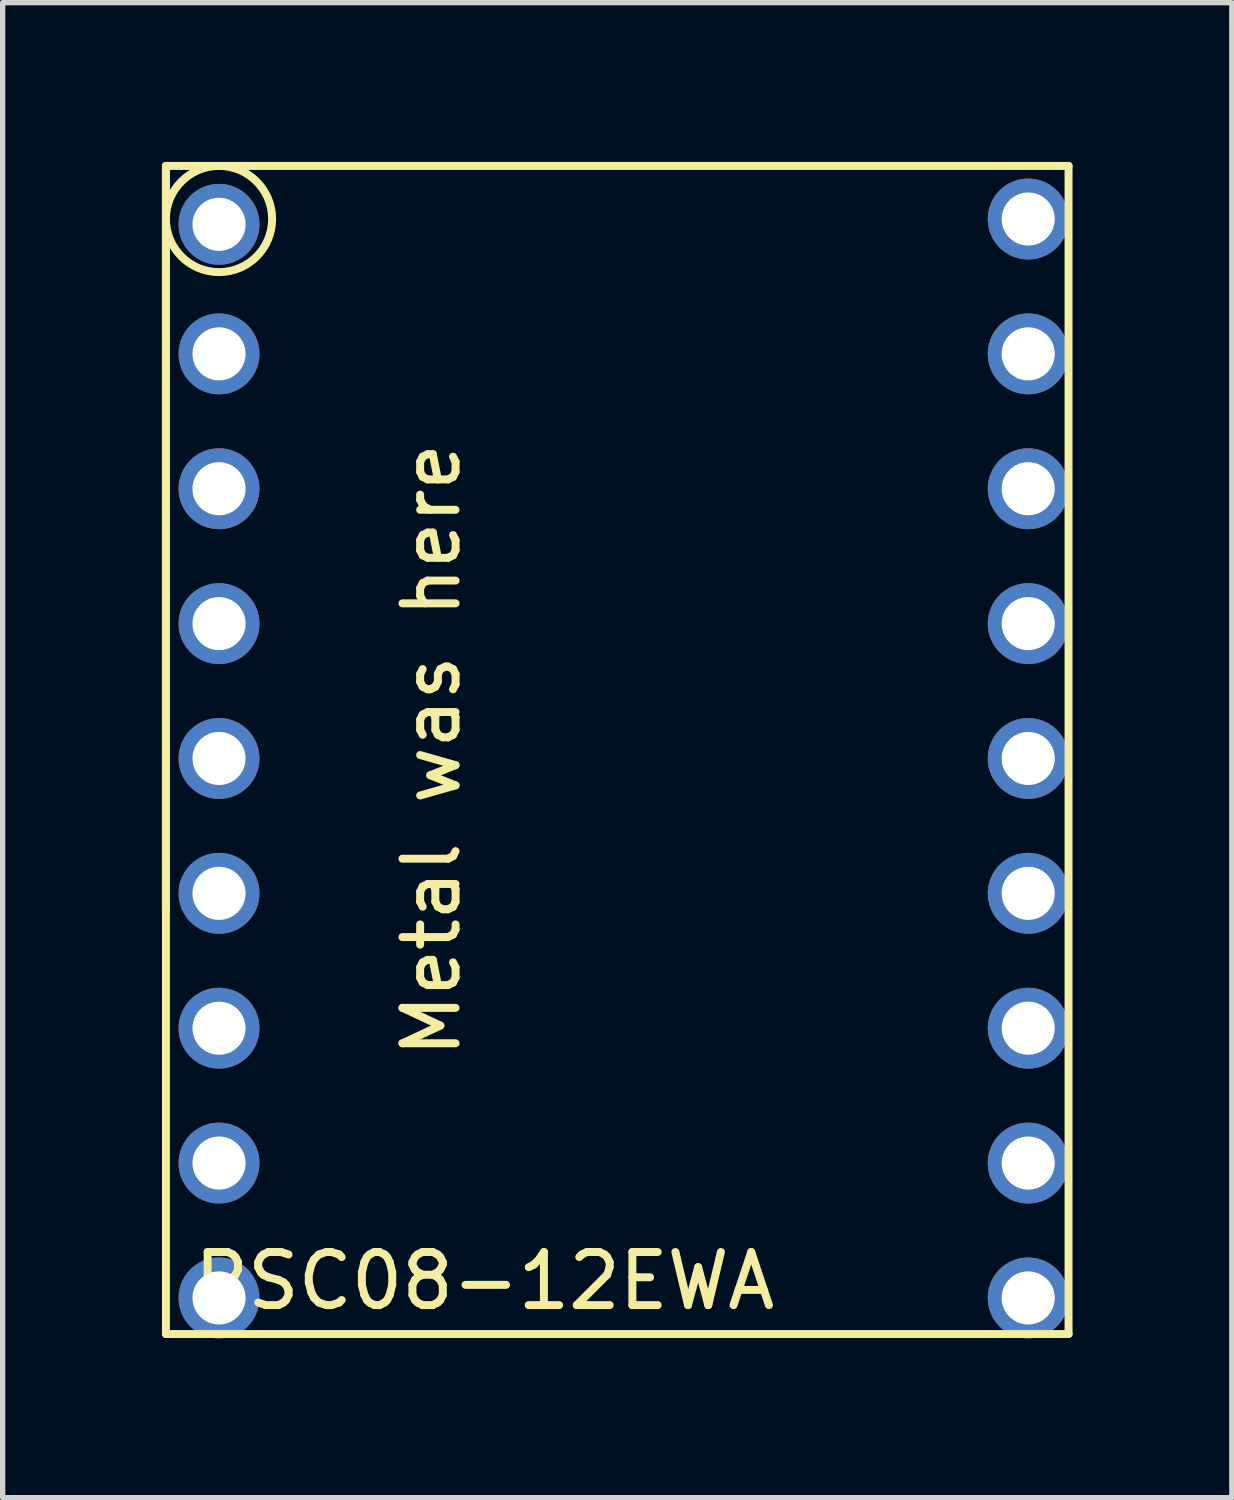
<source format=kicad_pcb>
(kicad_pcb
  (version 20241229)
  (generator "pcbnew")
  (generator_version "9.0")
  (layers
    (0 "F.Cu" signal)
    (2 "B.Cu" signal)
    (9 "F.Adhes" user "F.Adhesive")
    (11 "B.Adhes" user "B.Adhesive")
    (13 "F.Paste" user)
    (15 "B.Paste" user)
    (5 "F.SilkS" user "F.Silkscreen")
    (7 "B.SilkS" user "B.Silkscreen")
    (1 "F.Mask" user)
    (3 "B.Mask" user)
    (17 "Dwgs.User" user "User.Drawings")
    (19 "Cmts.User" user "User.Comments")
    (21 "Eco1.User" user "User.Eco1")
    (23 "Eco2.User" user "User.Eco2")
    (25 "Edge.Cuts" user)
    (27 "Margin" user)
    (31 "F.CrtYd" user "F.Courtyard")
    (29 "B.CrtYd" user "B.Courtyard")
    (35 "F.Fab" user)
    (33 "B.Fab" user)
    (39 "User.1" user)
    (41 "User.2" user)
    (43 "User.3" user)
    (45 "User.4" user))
  (footprint "PSC08-12EWA"
    (layer "F.Cu")
    (at 1.075 1.075)
    (property "Reference" "PSC08-12EWA" (at 5 20 0) (layer "F.SilkS") (effects (font (size 1 1) (thickness 0.15))))
    (attr through_hole)
    (fp_line (start -1 -1) (end -1 13) (stroke (width 0.15) (type solid)) (layer "F.SilkS"))
    (fp_line (start -1 -1) (end 16 -1) (stroke (width 0.15) (type solid)) (layer "F.SilkS"))
    (fp_line (start -1 21) (end -1 -1) (stroke (width 0.15) (type solid)) (layer "F.SilkS"))
    (fp_line (start 16 -1) (end 16 21) (stroke (width 0.15) (type solid)) (layer "F.SilkS"))
    (fp_line (start 16 21) (end -1 21) (stroke (width 0.15) (type solid)) (layer "F.SilkS"))
    (fp_circle (center 0 0) (end 0 1) (stroke (width 0.15) (type solid)) (fill no) (layer "F.SilkS"))
    (fp_text user "Metal was here" (at 4 10 270) (layer "F.SilkS") (effects (font (size 1 1) (thickness 0.15))))
    (pad "1" thru_hole circle (at 0 0.1) (size 1.524 1.524) (drill 1) (layers "*.Cu" "*.Mask"))
    (pad "2" thru_hole circle (at 0 2.54) (size 1.524 1.524) (drill 1) (layers "*.Cu" "*.Mask"))
    (pad "3" thru_hole circle (at 0 5.08) (size 1.524 1.524) (drill 1) (layers "*.Cu" "*.Mask"))
    (pad "4" thru_hole circle (at 0 7.62) (size 1.524 1.524) (drill 1) (layers "*.Cu" "*.Mask"))
    (pad "5" thru_hole circle (at 0 10.16) (size 1.524 1.524) (drill 1) (layers "*.Cu" "*.Mask"))
    (pad "6" thru_hole circle (at 0 12.7) (size 1.524 1.524) (drill 1) (layers "*.Cu" "*.Mask"))
    (pad "7" thru_hole circle (at 0 15.24) (size 1.524 1.524) (drill 1) (layers "*.Cu" "*.Mask"))
    (pad "8" thru_hole circle (at 0 17.78) (size 1.524 1.524) (drill 1) (layers "*.Cu" "*.Mask"))
    (pad "9" thru_hole circle (at 0 20.32) (size 1.524 1.524) (drill 1) (layers "*.Cu" "*.Mask"))
    (pad "10" thru_hole circle (at 15.24 20.32) (size 1.524 1.524) (drill 1) (layers "*.Cu" "*.Mask"))
    (pad "11" thru_hole circle (at 15.24 17.78) (size 1.524 1.524) (drill 1) (layers "*.Cu" "*.Mask"))
    (pad "12" thru_hole circle (at 15.24 15.24) (size 1.524 1.524) (drill 1) (layers "*.Cu" "*.Mask"))
    (pad "13" thru_hole circle (at 15.24 12.7) (size 1.524 1.524) (drill 1) (layers "*.Cu" "*.Mask"))
    (pad "14" thru_hole circle (at 15.24 10.16) (size 1.524 1.524) (drill 1) (layers "*.Cu" "*.Mask"))
    (pad "15" thru_hole circle (at 15.24 7.62) (size 1.524 1.524) (drill 1) (layers "*.Cu" "*.Mask"))
    (pad "16" thru_hole circle (at 15.24 5.08) (size 1.524 1.524) (drill 1) (layers "*.Cu" "*.Mask"))
    (pad "17" thru_hole circle (at 15.24 2.54) (size 1.524 1.524) (drill 1) (layers "*.Cu" "*.Mask"))
    (pad "18" thru_hole circle (at 15.24 0) (size 1.524 1.524) (drill 1) (layers "*.Cu" "*.Mask")))
  (gr_rect
    (start -3 -3)
    (end 20.15 25.157)
    (stroke (width 0.1) (type default))
    (fill no)
    (layer "Edge.Cuts")))
</source>
